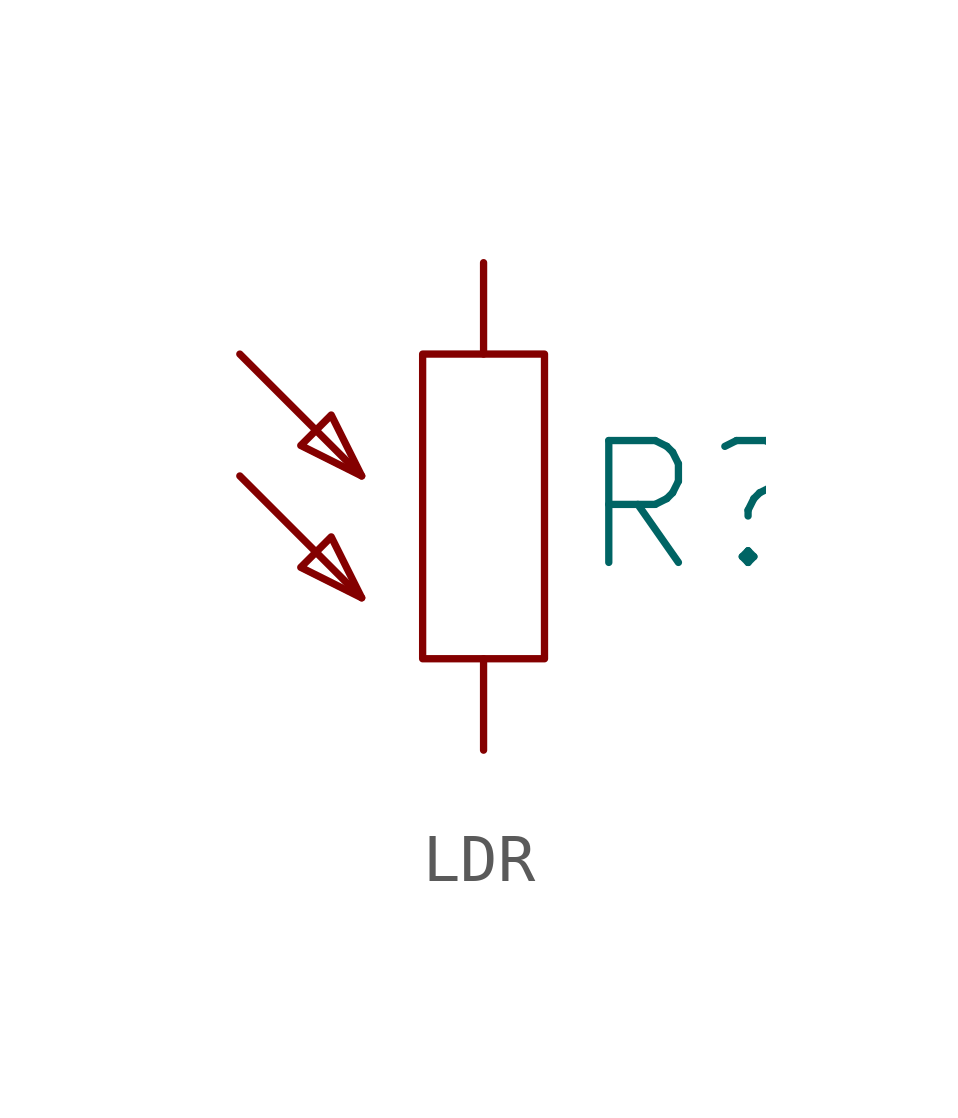
<source format=kicad_sym>
(kicad_symbol_lib
  (version 20211014)
  (generator kicad_symbol_editor)
  (symbol "LDR"
    (pin_names
      (offset 1.016))
    (property "Reference" "R"
      (at 1.905 -5.08 0)
      (effects (font (size 2.54 2.54)) (justify left)))
    (symbol "LDR_0_1"
      (rectangle (start -1.27 -1.905) (end 1.27 -8.255) (stroke (width 0) (type default) (color 0 0 0 0)) (fill (type none)))
      (polyline (pts (xy -2.54 -6.985) (xy -5.08 -4.445)) (stroke (width 0) (type default) (color 0 0 0 0)) (fill (type none)))
      (polyline (pts (xy -2.54 -4.445) (xy -5.08 -1.905)) (stroke (width 0) (type default) (color 0 0 0 0)) (fill (type none)))
      (polyline (pts (xy -2.54 -6.985) (xy -3.175 -5.715) (xy -3.81 -6.35) (xy -2.54 -6.985)) (stroke (width 0) (type default) (color 0 0 0 0)) (fill (type none)))
      (polyline (pts (xy -2.54 -4.445) (xy -3.175 -3.175) (xy -3.81 -3.81) (xy -2.54 -4.445)) (stroke (width 0) (type default) (color 0 0 0 0)) (fill (type none))))
    (symbol "LDR_1_1"
      (pin input line (at 0 -10.16 90) (length 1.905) (name "~" (effects (font (size 1.27 1.27)))) (number "~" (effects (font (size 1.143 1.143)))))
      (pin input line (at 0 0 270) (length 1.905) (name "~" (effects (font (size 1.27 1.27)))) (number "~" (effects (font (size 1.143 1.143))))))))
</source>
